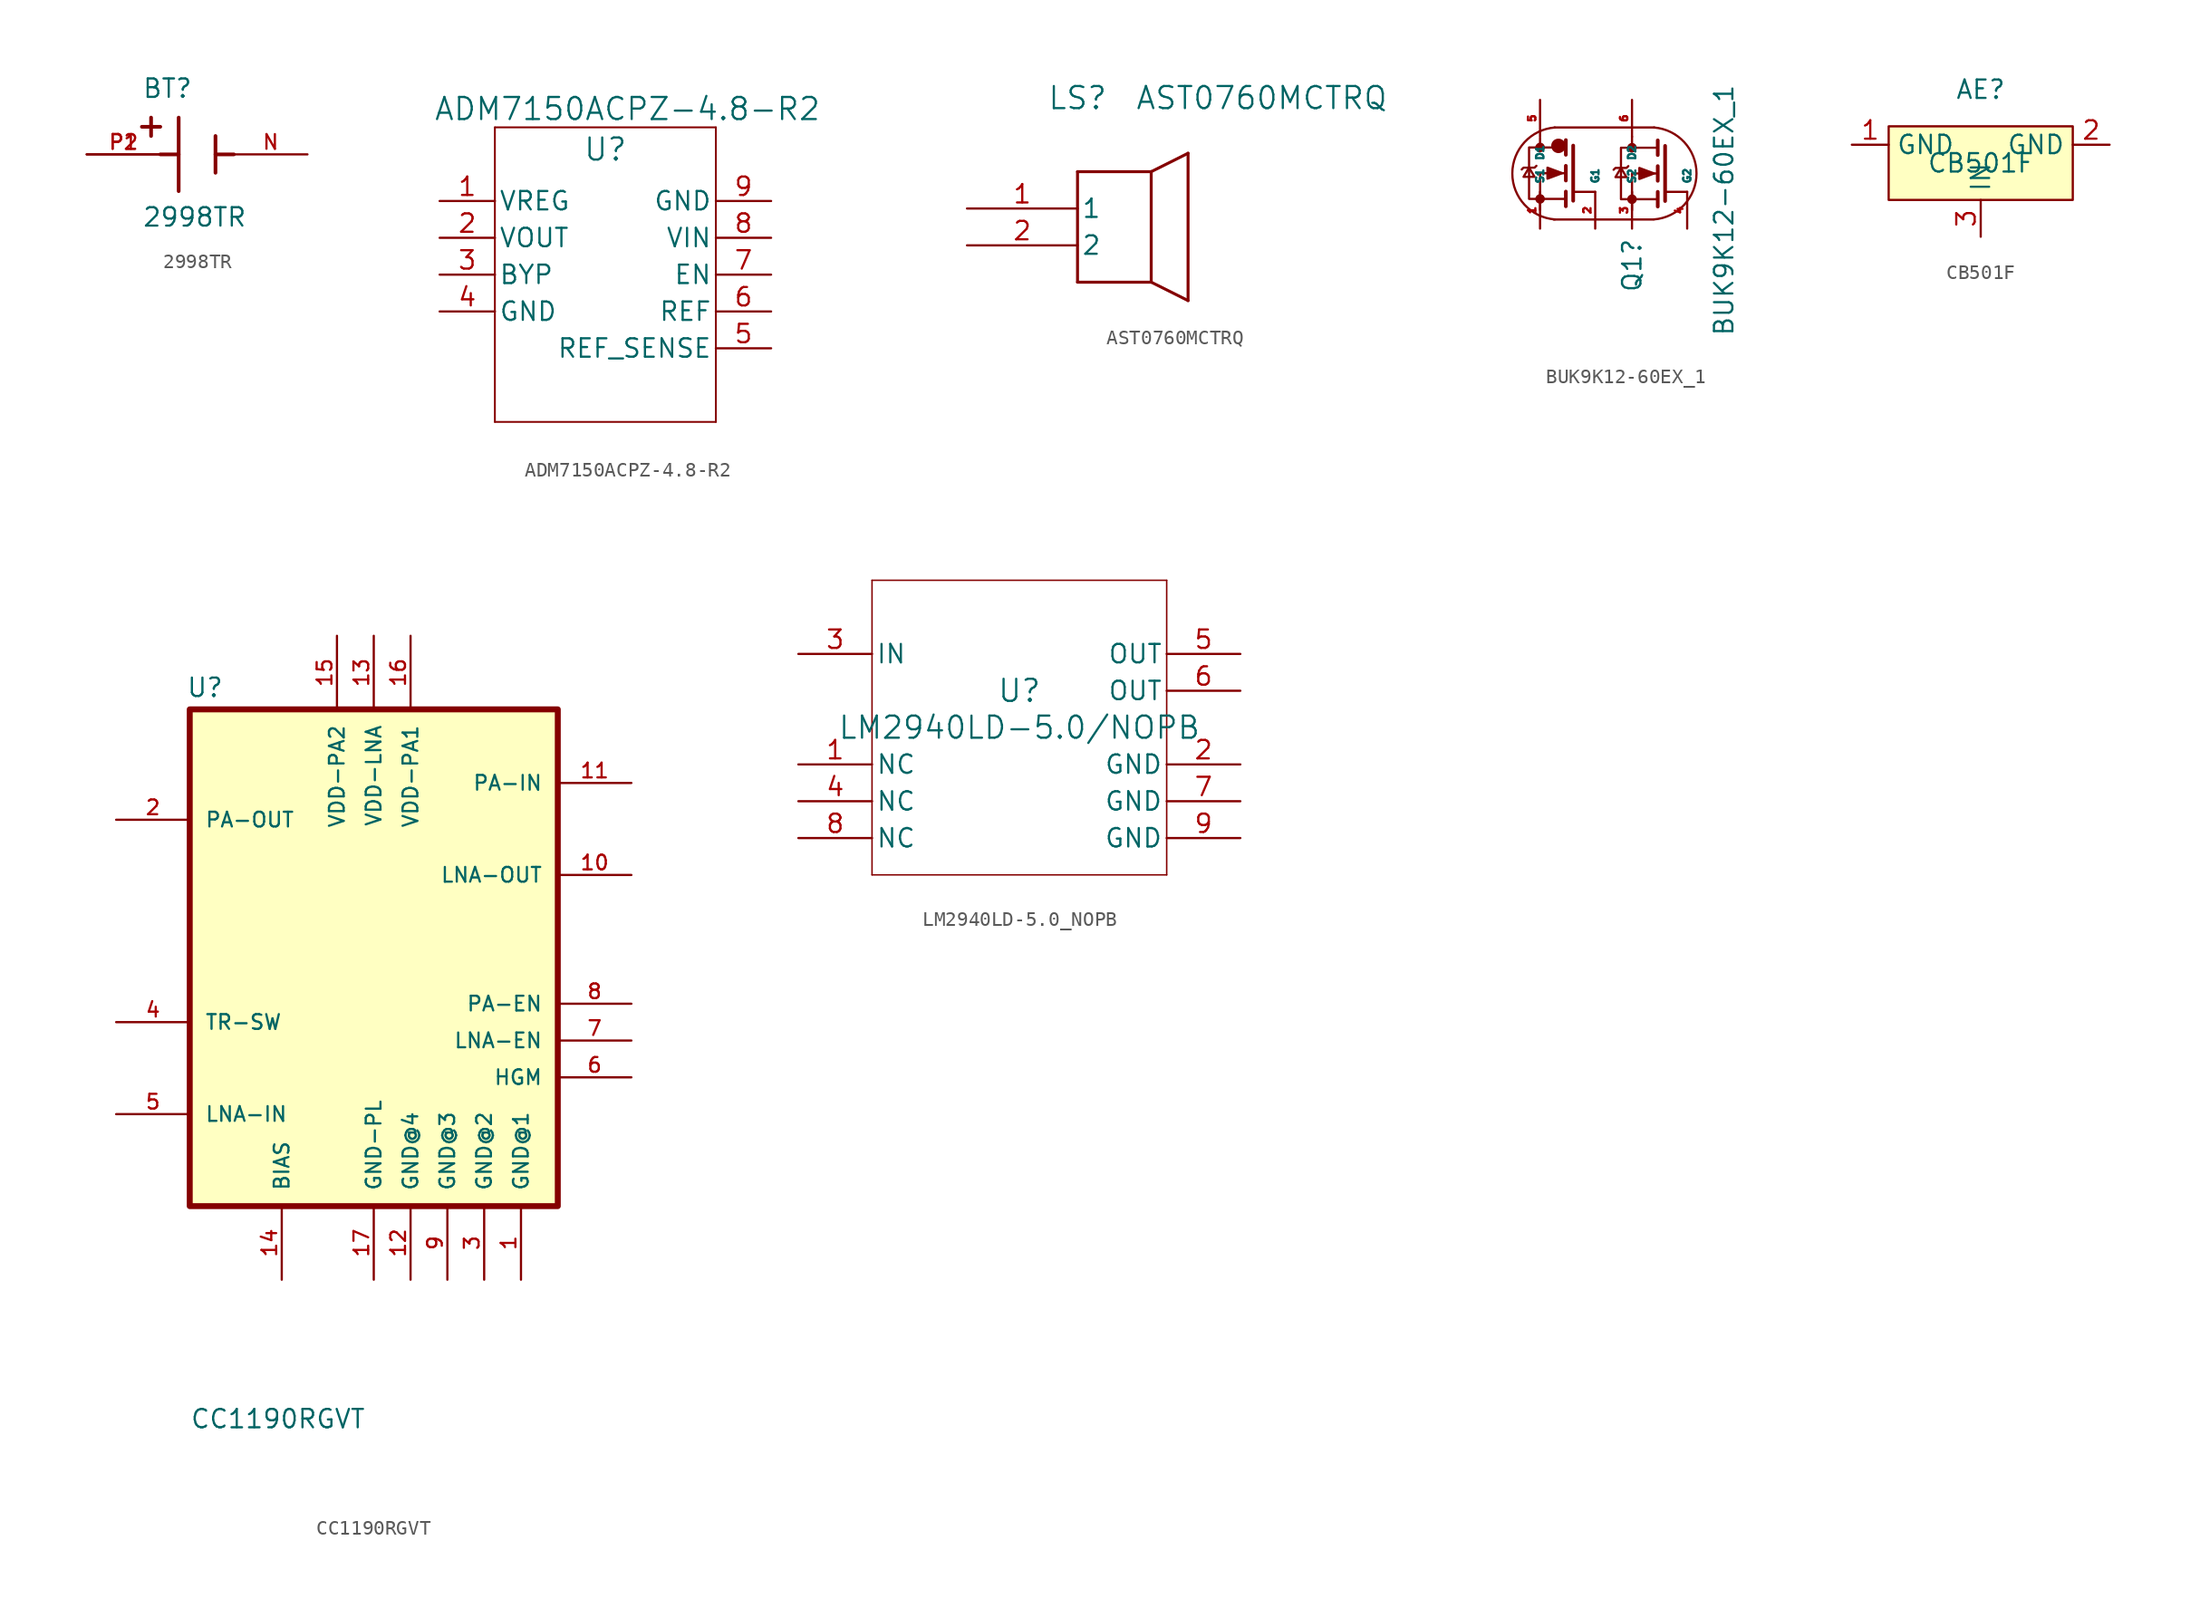
<source format=kicad_sym>
(kicad_symbol_lib
  (version 20241209)
  (generator "kicad_symbol_editor")
  (generator_version "9.0")
  (symbol "2998TR"
    (pin_names
      (offset 1.016))
    (property "Reference" "BT"
      (at -3.81 3.81 0)
      (effects (font (size 1.27 1.27)) (justify left bottom)))
    (property "Value" "2998TR"
      (at -3.81 -5.08 0)
      (effects (font (size 1.27 1.27)) (justify left bottom)))
    (symbol "2998TR_0_0"
      (polyline (pts (xy -3.81 1.905) (xy -2.54 1.905)) (stroke (width 0.254) (type default)) (fill (type none)))
      (polyline (pts (xy -3.175 2.54) (xy -3.175 1.27)) (stroke (width 0.254) (type default)) (fill (type none)))
      (polyline (pts (xy -1.27 2.54) (xy -1.27 -2.54)) (stroke (width 0.254) (type default)) (fill (type none)))
      (polyline (pts (xy -1.27 0) (xy -2.54 0)) (stroke (width 0.254) (type default)) (fill (type none)))
      (polyline (pts (xy 1.27 1.27) (xy 1.27 -1.27)) (stroke (width 0.254) (type default)) (fill (type none)))
      (polyline (pts (xy 1.27 0) (xy 2.54 0)) (stroke (width 0.254) (type default)) (fill (type none)))
      (pin passive line (at -7.62 0 0) (length 5.08) (name "~" (effects (font (size 1.016 1.016)))) (number "P1" (effects (font (size 1.016 1.016)))))
      (pin passive line (at -7.62 0 0) (length 5.08) (name "~" (effects (font (size 1.016 1.016)))) (number "P2" (effects (font (size 1.016 1.016)))))
      (pin passive line (at 7.62 0 180) (length 5.08) (name "~" (effects (font (size 1.016 1.016)))) (number "N" (effects (font (size 1.016 1.016)))))))
  (symbol "ADM7150ACPZ-4.8-R2"
    (pin_names
      (offset 0.254))
    (property "Reference" "U"
      (at 0 8.636 0)
      (effects (font (size 1.524 1.524))))
    (property "Value" "ADM7150ACPZ-4.8-R2"
      (at 1.524 11.43 0)
      (effects (font (size 1.524 1.524))))
    (symbol "ADM7150ACPZ-4.8-R2_0_1"
      (polyline (pts (xy -7.62 10.16) (xy -7.62 -10.16)) (stroke (width 0.127) (type default)) (fill (type none)))
      (polyline (pts (xy -7.62 -10.16) (xy 7.62 -10.16)) (stroke (width 0.127) (type default)) (fill (type none)))
      (polyline (pts (xy 7.62 10.16) (xy -7.62 10.16)) (stroke (width 0.127) (type default)) (fill (type none)))
      (polyline (pts (xy 7.62 -10.16) (xy 7.62 10.16)) (stroke (width 0.127) (type default)) (fill (type none))))
    (symbol "ADM7150ACPZ-4.8-R2_1_1"
      (pin power_in line (at -11.43 5.08 0) (length 3.81) (name "VREG" (effects (font (size 1.27 1.27)))) (number "1" (effects (font (size 1.27 1.27)))))
      (pin power_in line (at -11.43 2.54 0) (length 3.81) (name "VOUT" (effects (font (size 1.27 1.27)))) (number "2" (effects (font (size 1.27 1.27)))))
      (pin power_in line (at -11.43 0 0) (length 3.81) (name "BYP" (effects (font (size 1.27 1.27)))) (number "3" (effects (font (size 1.27 1.27)))))
      (pin power_out line (at -11.43 -2.54 0) (length 3.81) (name "GND" (effects (font (size 1.27 1.27)))) (number "4" (effects (font (size 1.27 1.27)))))
      (pin power_out line (at 11.43 5.08 180) (length 3.81) (name "GND" (effects (font (size 1.27 1.27)))) (number "9" (effects (font (size 1.27 1.27)))))
      (pin power_in line (at 11.43 2.54 180) (length 3.81) (name "VIN" (effects (font (size 1.27 1.27)))) (number "8" (effects (font (size 1.27 1.27)))))
      (pin input line (at 11.43 0 180) (length 3.81) (name "EN" (effects (font (size 1.27 1.27)))) (number "7" (effects (font (size 1.27 1.27)))))
      (pin output line (at 11.43 -2.54 180) (length 3.81) (name "REF" (effects (font (size 1.27 1.27)))) (number "6" (effects (font (size 1.27 1.27)))))
      (pin output line (at 11.43 -5.08 180) (length 3.81) (name "REF_SENSE" (effects (font (size 1.27 1.27)))) (number "5" (effects (font (size 1.27 1.27)))))))
  (symbol "AST0760MCTRQ"
    (pin_names
      (offset 0.254))
    (property "Reference" "LS"
      (at 7.62 7.62 0)
      (effects (font (size 1.524 1.524))))
    (property "Value" "AST0760MCTRQ"
      (at 20.32 7.62 0)
      (effects (font (size 1.524 1.524))))
    (symbol "AST0760MCTRQ_0_1"
      (polyline (pts (xy 7.62 2.54) (xy 7.62 -5.08)) (stroke (width 0.203) (type default)) (fill (type none)))
      (polyline (pts (xy 7.62 -5.08) (xy 12.7 -5.08)) (stroke (width 0.203) (type default)) (fill (type none)))
      (polyline (pts (xy 12.7 2.54) (xy 7.62 2.54)) (stroke (width 0.203) (type default)) (fill (type none)))
      (polyline (pts (xy 12.7 2.54) (xy 15.24 3.81)) (stroke (width 0.203) (type default)) (fill (type none)))
      (polyline (pts (xy 12.7 -5.08) (xy 12.7 2.54)) (stroke (width 0.203) (type default)) (fill (type none)))
      (polyline (pts (xy 15.24 3.81) (xy 15.24 -6.35)) (stroke (width 0.203) (type default)) (fill (type none)))
      (polyline (pts (xy 15.24 -6.35) (xy 12.7 -5.08)) (stroke (width 0.203) (type default)) (fill (type none)))
      (pin unspecified line (at 0 0 0) (length 7.62) (name "1" (effects (font (size 1.27 1.27)))) (number "1" (effects (font (size 1.27 1.27)))))
      (pin unspecified line (at 0 -2.54 0) (length 7.62) (name "2" (effects (font (size 1.27 1.27)))) (number "2" (effects (font (size 1.27 1.27)))))))
  (symbol "BUK9K12-60EX_1"
    (property "Reference" "Q1"
      (at 1.27 -5.08 90)
      (effects (font (size 1.27 1.27))))
    (property "Value" "BUK9K12-60EX_1"
      (at 7.62 -1.27 90)
      (effects (font (size 1.27 1.27))))
    (symbol "BUK9K12-60EX_1_0_1"
      (polyline (pts (xy -5.839 1.671) (xy -5.458 1.036) (xy -6.22 1.036) (xy -5.839 1.671)) (stroke (width 0) (type default)) (fill (type none)))
      (polyline (pts (xy -5.331 1.798) (xy -5.458 1.671) (xy -6.22 1.671) (xy -6.347 1.544)) (stroke (width 0) (type default)) (fill (type none)))
      (polyline (pts (xy -5.08 3.723) (xy -5.08 2.961)) (stroke (width 0) (type default)) (fill (type none)))
      (circle (center -5.077 3.067) (radius 0.254) (stroke (width 0) (type default)) (fill (type outline)))
      (circle (center -5.077 -0.488) (radius 0.254) (stroke (width 0) (type default)) (fill (type outline)))
      (polyline (pts (xy -5.077 -1.25) (xy -5.077 1.29) (xy -3.299 1.29)) (stroke (width 0) (type default)) (fill (type none)))
      (arc (start -3.81 3.175) (mid -3.81 3.175) (end -3.81 3.175) (stroke (width 1) (type default)) (fill (type none)))
      (arc (start -4.0571 -1.905) (mid -6.9946 1.27) (end -4.0571 4.445) (stroke (width 0) (type default)) (fill (type none)))
      (polyline (pts (xy -3.553 1.29) (xy -4.569 1.671) (xy -4.569 0.908) (xy -3.553 1.29)) (stroke (width 0) (type default)) (fill (type outline)))
      (polyline (pts (xy -3.299 3.575) (xy -3.299 2.559)) (stroke (width 0.254) (type default)) (fill (type none)))
      (polyline (pts (xy -3.299 1.798) (xy -3.299 0.781)) (stroke (width 0.254) (type default)) (fill (type none)))
      (polyline (pts (xy -3.299 0.019) (xy -3.299 -0.997)) (stroke (width 0.254) (type default)) (fill (type none)))
      (polyline (pts (xy -3.299 -0.488) (xy -5.839 -0.488) (xy -5.839 3.067) (xy -3.299 3.067)) (stroke (width 0) (type default)) (fill (type none)))
      (polyline (pts (xy -2.791 3.195) (xy -2.791 -0.616)) (stroke (width 0.254) (type default)) (fill (type none)))
      (polyline (pts (xy -2.709 0) (xy -1.27 0)) (stroke (width 0) (type default)) (fill (type none)))
      (polyline (pts (xy 0.508 1.651) (xy 0.889 1.016) (xy 0.127 1.016) (xy 0.508 1.651)) (stroke (width 0) (type default)) (fill (type none)))
      (polyline (pts (xy 1.016 1.778) (xy 0.889 1.651) (xy 0.127 1.651) (xy 0 1.524)) (stroke (width 0) (type default)) (fill (type none)))
      (polyline (pts (xy 1.27 3.81) (xy 1.27 3.048)) (stroke (width 0) (type default)) (fill (type none)))
      (circle (center 1.27 3.048) (radius 0.254) (stroke (width 0) (type default)) (fill (type outline)))
      (circle (center 1.27 -0.508) (radius 0.254) (stroke (width 0) (type default)) (fill (type outline)))
      (polyline (pts (xy 1.27 -1.27) (xy 1.27 1.27) (xy 3.048 1.27)) (stroke (width 0) (type default)) (fill (type none)))
      (arc (start 2.7871 4.445) (mid 5.7246 1.27) (end 2.7871 -1.905) (stroke (width 0) (type default)) (fill (type none)))
      (polyline (pts (xy 2.751 -1.91) (xy -4.145 -1.91)) (stroke (width 0) (type default)) (fill (type none)))
      (polyline (pts (xy 2.794 1.27) (xy 1.778 1.651) (xy 1.778 0.889) (xy 2.794 1.27)) (stroke (width 0) (type default)) (fill (type outline)))
      (polyline (pts (xy 2.812 4.447) (xy -4.085 4.447)) (stroke (width 0) (type default)) (fill (type none)))
      (polyline (pts (xy 3.048 3.556) (xy 3.048 2.54)) (stroke (width 0.254) (type default)) (fill (type none)))
      (polyline (pts (xy 3.048 1.778) (xy 3.048 0.762)) (stroke (width 0.254) (type default)) (fill (type none)))
      (polyline (pts (xy 3.048 0) (xy 3.048 -1.016)) (stroke (width 0.254) (type default)) (fill (type none)))
      (polyline (pts (xy 3.048 -0.508) (xy 0.508 -0.508) (xy 0.508 3.048) (xy 3.048 3.048)) (stroke (width 0) (type default)) (fill (type none)))
      (polyline (pts (xy 3.556 3.175) (xy 3.556 -0.635)) (stroke (width 0.254) (type default)) (fill (type none)))
      (polyline (pts (xy 3.615 0.0001) (xy 5.08 0)) (stroke (width 0) (type default)) (fill (type none))))
    (symbol "BUK9K12-60EX_1_1_1"
      (pin passive line (at -5.08 6.35 270) (length 2.54) (name "D1" (effects (font (size 0.508 0.508)))) (number "5" (effects (font (size 0.508 0.508)))))
      (pin passive line (at -5.08 -2.54 90) (length 2.54) (name "S1" (effects (font (size 0.508 0.508)))) (number "1" (effects (font (size 0.508 0.508)))))
      (pin passive line (at -1.27 -2.54 90) (length 2.54) (name "G1" (effects (font (size 0.508 0.508)))) (number "2" (effects (font (size 0.508 0.508)))))
      (pin passive line (at 1.27 6.35 270) (length 2.54) (name "D2" (effects (font (size 0.508 0.508)))) (number "6" (effects (font (size 0.508 0.508)))))
      (pin passive line (at 1.27 -2.54 90) (length 2.54) (name "S2" (effects (font (size 0.508 0.508)))) (number "3" (effects (font (size 0.508 0.508)))))
      (pin passive line (at 5.08 -2.54 90) (length 2.54) (name "G2" (effects (font (size 0.508 0.508)))) (number "4" (effects (font (size 0.508 0.508)))))))
  (symbol "CB501F"
    (property "Reference" "AE"
      (at 0 5.08 0)
      (effects (font (size 1.27 1.27))))
    (property "Value" "CB501F"
      (at 0 0 0)
      (effects (font (size 1.27 1.27))))
    (symbol "CB501F_0_1"
      (rectangle (start -6.35 2.54) (end 6.35 -2.54) (stroke (width 0) (type default)) (fill (type background))))
    (symbol "CB501F_1_1"
      (pin power_in line (at -8.89 1.27 0) (length 2.54) (name "GND" (effects (font (size 1.27 1.27)))) (number "1" (effects (font (size 1.27 1.27)))))
      (pin input line (at 0 -5.08 90) (length 2.54) (name "IN" (effects (font (size 1.27 1.27)))) (number "3" (effects (font (size 1.27 1.27)))))
      (pin power_in line (at 8.89 1.27 180) (length 2.54) (name "GND" (effects (font (size 1.27 1.27)))) (number "2" (effects (font (size 1.27 1.27)))))))
  (symbol "CC1190RGVT"
    (pin_names
      (offset 1.016))
    (property "Reference" "U"
      (at -12.954 18.542 0)
      (effects (font (size 1.27 1.27)) (justify left bottom)))
    (property "Value" "CC1190RGVT"
      (at -12.7 -31.94 0)
      (effects (font (size 1.27 1.27)) (justify left bottom)))
    (symbol "CC1190RGVT_0_0"
      (rectangle (start -12.7 17.78) (end 12.7 -16.51) (stroke (width 0.41) (type default)) (fill (type background)))
      (pin bidirectional line (at -17.78 10.16 0) (length 5.08) (name "PA-OUT" (effects (font (size 1.016 1.016)))) (number "2" (effects (font (size 1.016 1.016)))))
      (pin bidirectional line (at -17.78 -3.81 0) (length 5.08) (name "TR-SW" (effects (font (size 1.016 1.016)))) (number "4" (effects (font (size 1.016 1.016)))))
      (pin input line (at -17.78 -10.16 0) (length 5.08) (name "LNA-IN" (effects (font (size 1.016 1.016)))) (number "5" (effects (font (size 1.016 1.016)))))
      (pin bidirectional line (at -6.35 -21.59 90) (length 5.08) (name "BIAS" (effects (font (size 1.016 1.016)))) (number "14" (effects (font (size 1.016 1.016)))))
      (pin power_in line (at -2.54 22.86 270) (length 5.08) (name "VDD-PA2" (effects (font (size 1.016 1.016)))) (number "15" (effects (font (size 1.016 1.016)))))
      (pin power_in line (at 0 22.86 270) (length 5.08) (name "VDD-LNA" (effects (font (size 1.016 1.016)))) (number "13" (effects (font (size 1.016 1.016)))))
      (pin power_in line (at 0 -21.59 90) (length 5.08) (name "GND-PL" (effects (font (size 1.016 1.016)))) (number "17" (effects (font (size 1.016 1.016)))))
      (pin power_in line (at 2.54 22.86 270) (length 5.08) (name "VDD-PA1" (effects (font (size 1.016 1.016)))) (number "16" (effects (font (size 1.016 1.016)))))
      (pin power_in line (at 2.54 -21.59 90) (length 5.08) (name "GND@4" (effects (font (size 1.016 1.016)))) (number "12" (effects (font (size 1.016 1.016)))))
      (pin power_in line (at 5.08 -21.59 90) (length 5.08) (name "GND@3" (effects (font (size 1.016 1.016)))) (number "9" (effects (font (size 1.016 1.016)))))
      (pin power_in line (at 7.62 -21.59 90) (length 5.08) (name "GND@2" (effects (font (size 1.016 1.016)))) (number "3" (effects (font (size 1.016 1.016)))))
      (pin power_in line (at 10.16 -21.59 90) (length 5.08) (name "GND@1" (effects (font (size 1.016 1.016)))) (number "1" (effects (font (size 1.016 1.016)))))
      (pin input line (at 17.78 12.7 180) (length 5.08) (name "PA-IN" (effects (font (size 1.016 1.016)))) (number "11" (effects (font (size 1.016 1.016)))))
      (pin output line (at 17.78 6.35 180) (length 5.08) (name "LNA-OUT" (effects (font (size 1.016 1.016)))) (number "10" (effects (font (size 1.016 1.016)))))
      (pin input line (at 17.78 -2.54 180) (length 5.08) (name "PA-EN" (effects (font (size 1.016 1.016)))) (number "8" (effects (font (size 1.016 1.016)))))
      (pin input line (at 17.78 -5.08 180) (length 5.08) (name "LNA-EN" (effects (font (size 1.016 1.016)))) (number "7" (effects (font (size 1.016 1.016)))))
      (pin input line (at 17.78 -7.62 180) (length 5.08) (name "HGM" (effects (font (size 1.016 1.016)))) (number "6" (effects (font (size 1.016 1.016)))))))
  (symbol "LM2940LD-5.0_NOPB"
    (pin_names
      (offset 0.254))
    (property "Reference" "U"
      (at 0 2.54 0)
      (effects (font (size 1.524 1.524))))
    (property "Value" "LM2940LD-5.0/NOPB"
      (at 0 0 0)
      (effects (font (size 1.524 1.524))))
    (symbol "LM2940LD-5.0_NOPB_0_1"
      (polyline (pts (xy -10.16 10.16) (xy -10.16 -10.16)) (stroke (width 0.102) (type default)) (fill (type none)))
      (polyline (pts (xy -10.16 -10.16) (xy 10.16 -10.16)) (stroke (width 0.102) (type default)) (fill (type none)))
      (polyline (pts (xy 10.16 10.16) (xy -10.16 10.16)) (stroke (width 0.102) (type default)) (fill (type none)))
      (polyline (pts (xy 10.16 -10.16) (xy 10.16 10.16)) (stroke (width 0.102) (type default)) (fill (type none)))
      (pin power_in line (at -15.24 5.08 0) (length 5.08) (name "IN" (effects (font (size 1.27 1.27)))) (number "3" (effects (font (size 1.27 1.27)))))
      (pin unspecified line (at -15.24 -2.54 0) (length 5.08) (name "NC" (effects (font (size 1.27 1.27)))) (number "1" (effects (font (size 1.27 1.27)))))
      (pin unspecified line (at -15.24 -5.08 0) (length 5.08) (name "NC" (effects (font (size 1.27 1.27)))) (number "4" (effects (font (size 1.27 1.27)))))
      (pin unspecified line (at -15.24 -7.62 0) (length 5.08) (name "NC" (effects (font (size 1.27 1.27)))) (number "8" (effects (font (size 1.27 1.27)))))
      (pin power_in line (at 15.24 5.08 180) (length 5.08) (name "OUT" (effects (font (size 1.27 1.27)))) (number "5" (effects (font (size 1.27 1.27)))))
      (pin power_in line (at 15.24 2.54 180) (length 5.08) (name "OUT" (effects (font (size 1.27 1.27)))) (number "6" (effects (font (size 1.27 1.27)))))
      (pin power_in line (at 15.24 -2.54 180) (length 5.08) (name "GND" (effects (font (size 1.27 1.27)))) (number "2" (effects (font (size 1.27 1.27)))))
      (pin power_in line (at 15.24 -5.08 180) (length 5.08) (name "GND" (effects (font (size 1.27 1.27)))) (number "7" (effects (font (size 1.27 1.27)))))
      (pin power_in line (at 15.24 -7.62 180) (length 5.08) (name "GND" (effects (font (size 1.27 1.27)))) (number "9" (effects (font (size 1.27 1.27))))))))
</source>
